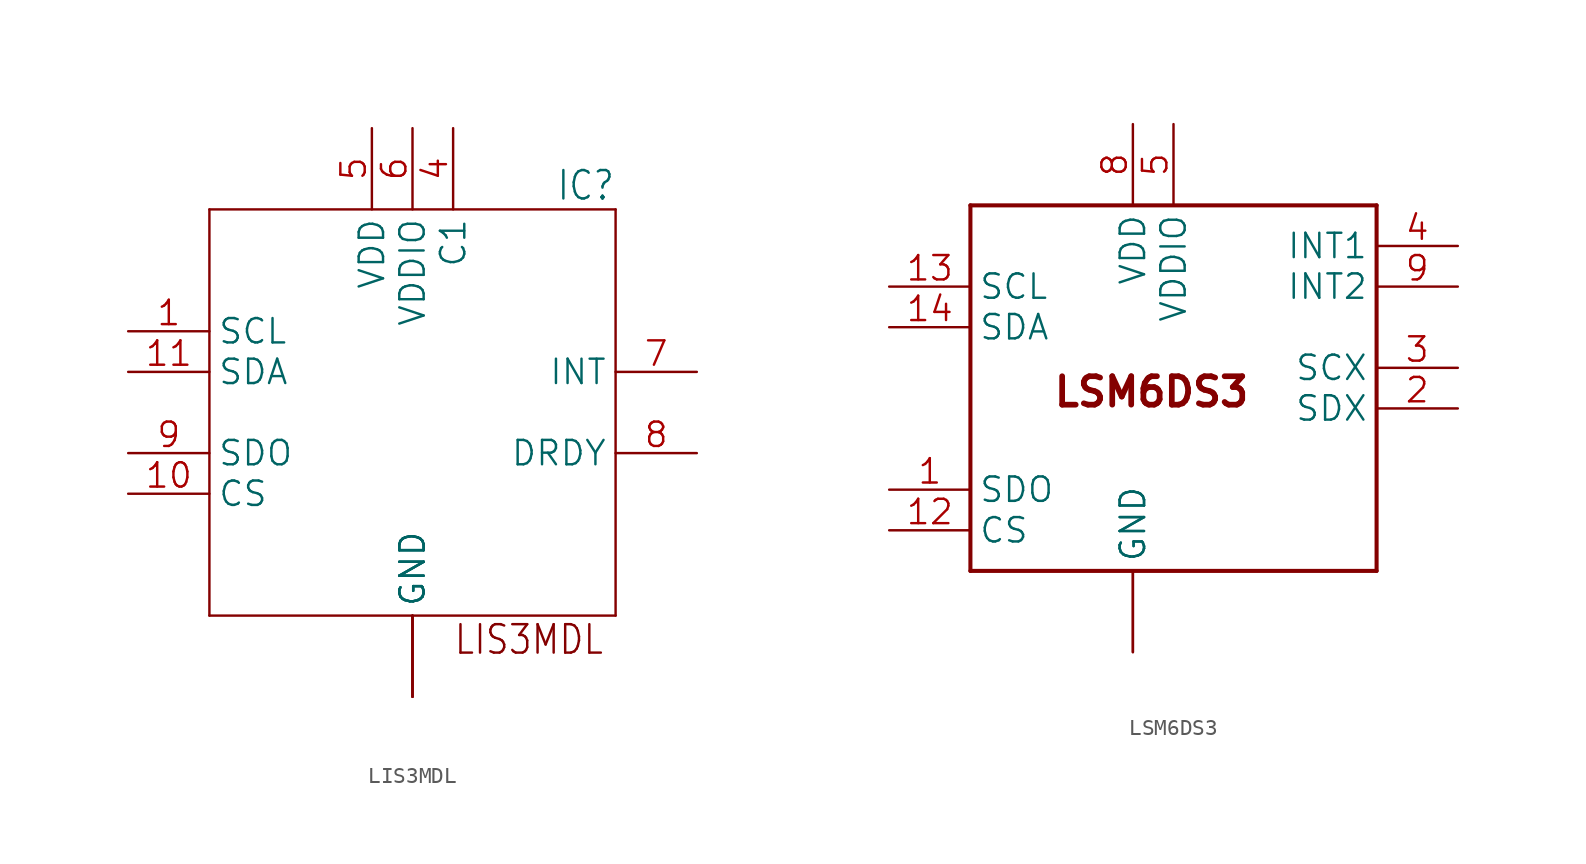
<source format=kicad_sym>
(kicad_symbol_lib
  (version 20241209)
  (generator "kicad_symbol_editor")
  (generator_version "9.0")
  (symbol "LIS3MDL"
    (property "Reference" "IC"
      (at 12.7 15.24 0)
      (effects (font (size 1.778 1.511)) (justify right top)))
    (property "ki_locked" ""
      (at 0 0 0)
      (effects (font (size 1.27 1.27))))
    (symbol "LIS3MDL_1_0"
      (polyline (pts (xy -12.7 12.7) (xy -12.7 -12.7)) (stroke (width 0.152) (type solid)) (fill (type none)))
      (polyline (pts (xy -12.7 -12.7) (xy 12.7 -12.7)) (stroke (width 0.152) (type solid)) (fill (type none)))
      (polyline (pts (xy 12.7 12.7) (xy -12.7 12.7)) (stroke (width 0.152) (type solid)) (fill (type none)))
      (polyline (pts (xy 12.7 -12.7) (xy 12.7 12.7)) (stroke (width 0.152) (type solid)) (fill (type none)))
      (text "LIS3MDL" (at 2.54 -15.24 0) (effects (font (size 1.778 1.511)) (justify left bottom)))
      (pin input line (at -17.78 5.08 0) (length 5.08) (name "SCL" (effects (font (size 1.524 1.524)))) (number "1" (effects (font (size 1.524 1.524)))))
      (pin bidirectional line (at -17.78 2.54 0) (length 5.08) (name "SDA" (effects (font (size 1.524 1.524)))) (number "11" (effects (font (size 1.524 1.524)))))
      (pin bidirectional line (at -17.78 -2.54 0) (length 5.08) (name "SDO" (effects (font (size 1.524 1.524)))) (number "9" (effects (font (size 1.524 1.524)))))
      (pin input line (at -17.78 -5.08 0) (length 5.08) (name "CS" (effects (font (size 1.524 1.524)))) (number "10" (effects (font (size 1.524 1.524)))))
      (pin power_in line (at -2.54 17.78 270) (length 5.08) (name "VDD" (effects (font (size 1.524 1.524)))) (number "5" (effects (font (size 1.524 1.524)))))
      (pin power_in line (at 0 17.78 270) (length 5.08) (name "VDDIO" (effects (font (size 1.524 1.524)))) (number "6" (effects (font (size 1.524 1.524)))))
      (pin power_in line (at 0 -17.78 90) (length 5.08) (name "GND" (effects (font (size 1.524 1.524)))) (number "12" (effects (font (size 0 0)))))
      (pin power_in line (at 0 -17.78 90) (length 5.08) (name "GND" (effects (font (size 1.524 1.524)))) (number "2" (effects (font (size 0 0)))))
      (pin power_in line (at 0 -17.78 90) (length 5.08) (name "GND" (effects (font (size 1.524 1.524)))) (number "3" (effects (font (size 0 0)))))
      (pin input line (at 2.54 17.78 270) (length 5.08) (name "C1" (effects (font (size 1.524 1.524)))) (number "4" (effects (font (size 1.524 1.524)))))
      (pin output line (at 17.78 2.54 180) (length 5.08) (name "INT" (effects (font (size 1.524 1.524)))) (number "7" (effects (font (size 1.524 1.524)))))
      (pin output line (at 17.78 -2.54 180) (length 5.08) (name "DRDY" (effects (font (size 1.524 1.524)))) (number "8" (effects (font (size 1.524 1.524)))))))
  (symbol "LSM6DS3"
    (property "Reference" ""
      (at 0 0 0)
      (effects (font (size 1.27 1.27)) (hide yes)))
    (property "ki_locked" ""
      (at 0 0 0)
      (effects (font (size 1.27 1.27))))
    (symbol "LSM6DS3_1_0"
      (polyline (pts (xy -10.16 10.16) (xy 15.24 10.16)) (stroke (width 0.254) (type solid)) (fill (type none)))
      (polyline (pts (xy -10.16 -12.7) (xy -10.16 10.16)) (stroke (width 0.254) (type solid)) (fill (type none)))
      (polyline (pts (xy 15.24 10.16) (xy 15.24 -12.7)) (stroke (width 0.254) (type solid)) (fill (type none)))
      (polyline (pts (xy 15.24 -12.7) (xy -10.16 -12.7)) (stroke (width 0.254) (type solid)) (fill (type none)))
      (text "LSM6DS3" (at -5.08 -2.54 0) (effects (font (size 1.778 1.778) (thickness 0.356) (bold yes)) (justify left bottom)))
      (pin bidirectional line (at -15.24 5.08 0) (length 5.08) (name "SCL" (effects (font (size 1.524 1.524)))) (number "13" (effects (font (size 1.524 1.524)))))
      (pin bidirectional line (at -15.24 2.54 0) (length 5.08) (name "SDA" (effects (font (size 1.524 1.524)))) (number "14" (effects (font (size 1.524 1.524)))))
      (pin bidirectional line (at -15.24 -7.62 0) (length 5.08) (name "SDO" (effects (font (size 1.524 1.524)))) (number "1" (effects (font (size 1.524 1.524)))))
      (pin bidirectional line (at -15.24 -10.16 0) (length 5.08) (name "CS" (effects (font (size 1.524 1.524)))) (number "12" (effects (font (size 1.524 1.524)))))
      (pin power_in line (at 0 15.24 270) (length 5.08) (name "VDD" (effects (font (size 1.524 1.524)))) (number "8" (effects (font (size 1.524 1.524)))))
      (pin power_in line (at 0 -17.78 90) (length 5.08) (name "GND" (effects (font (size 1.524 1.524)))) (number "6" (effects (font (size 0 0)))))
      (pin power_in line (at 0 -17.78 90) (length 5.08) (name "GND" (effects (font (size 1.524 1.524)))) (number "7" (effects (font (size 0 0)))))
      (pin power_in line (at 2.54 15.24 270) (length 5.08) (name "VDDIO" (effects (font (size 1.524 1.524)))) (number "5" (effects (font (size 1.524 1.524)))))
      (pin bidirectional line (at 20.32 7.62 180) (length 5.08) (name "INT1" (effects (font (size 1.524 1.524)))) (number "4" (effects (font (size 1.524 1.524)))))
      (pin bidirectional line (at 20.32 5.08 180) (length 5.08) (name "INT2" (effects (font (size 1.524 1.524)))) (number "9" (effects (font (size 1.524 1.524)))))
      (pin bidirectional line (at 20.32 0 180) (length 5.08) (name "SCX" (effects (font (size 1.524 1.524)))) (number "3" (effects (font (size 1.524 1.524)))))
      (pin bidirectional line (at 20.32 -2.54 180) (length 5.08) (name "SDX" (effects (font (size 1.524 1.524)))) (number "2" (effects (font (size 1.524 1.524))))))))
</source>
